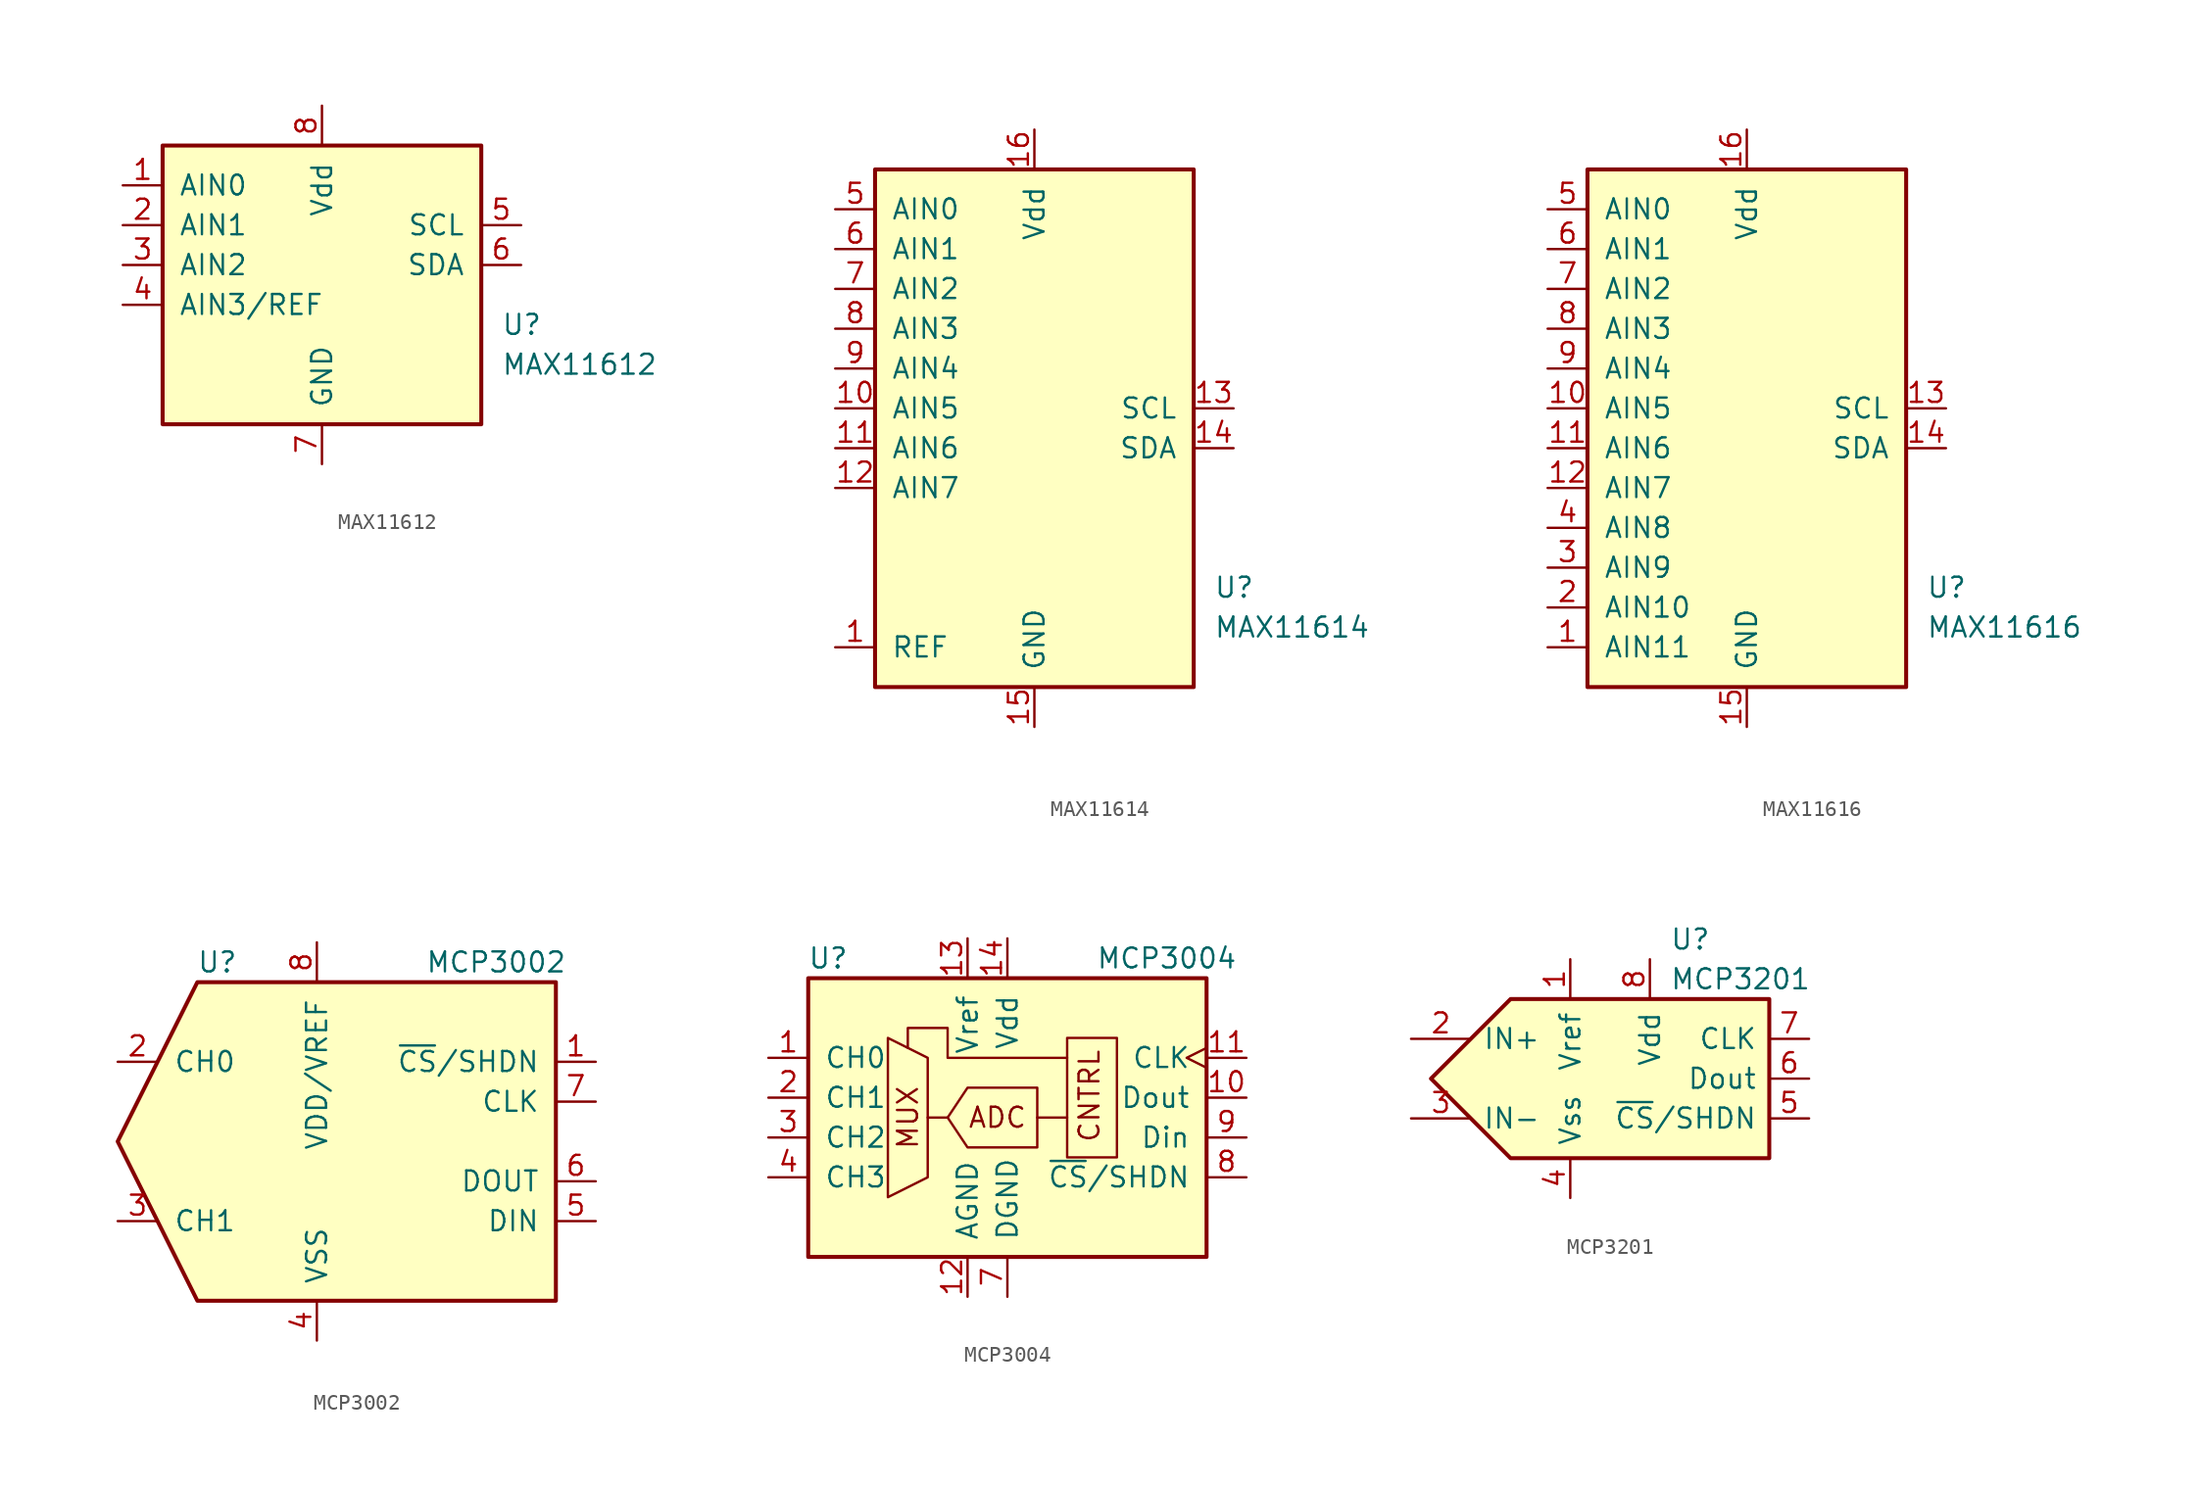
<source format=kicad_sym>
(kicad_symbol_lib
  (version 20201005)
  (generator kicad_symbol_editor)
  (symbol "Analog_ADC:MAX11612"
    (pin_names
      (offset 1.016))
    (property "Reference" "U"
      (at 11.43 -3.81 0)
      (effects (font (size 1.27 1.27)) (justify left)))
    (property "Value" "MAX11612"
      (at 11.43 -6.35 0)
      (effects (font (size 1.27 1.27)) (justify left)))
    (symbol "MAX11612_0_1"
      (rectangle (start -10.16 7.62) (end 10.16 -10.16) (stroke (width 0.254)) (fill (type background))))
    (symbol "MAX11612_1_1"
      (pin input line (at -12.7 5.08 0) (length 2.54) (name "AIN0" (effects (font (size 1.27 1.27)))) (number "1" (effects (font (size 1.27 1.27)))))
      (pin input line (at -12.7 2.54 0) (length 2.54) (name "AIN1" (effects (font (size 1.27 1.27)))) (number "2" (effects (font (size 1.27 1.27)))))
      (pin input line (at -12.7 0 0) (length 2.54) (name "AIN2" (effects (font (size 1.27 1.27)))) (number "3" (effects (font (size 1.27 1.27)))))
      (pin input line (at -12.7 -2.54 0) (length 2.54) (name "AIN3/REF" (effects (font (size 1.27 1.27)))) (number "4" (effects (font (size 1.27 1.27)))))
      (pin input line (at 12.7 2.54 180) (length 2.54) (name "SCL" (effects (font (size 1.27 1.27)))) (number "5" (effects (font (size 1.27 1.27)))))
      (pin bidirectional line (at 12.7 0 180) (length 2.54) (name "SDA" (effects (font (size 1.27 1.27)))) (number "6" (effects (font (size 1.27 1.27)))))
      (pin power_in line (at 0 -12.7 90) (length 2.54) (name "GND" (effects (font (size 1.27 1.27)))) (number "7" (effects (font (size 1.27 1.27)))))
      (pin power_in line (at 0 10.16 270) (length 2.54) (name "Vdd" (effects (font (size 1.27 1.27)))) (number "8" (effects (font (size 1.27 1.27)))))))
  (symbol "Analog_ADC:MAX11614"
    (pin_names
      (offset 1.016))
    (property "Reference" "U"
      (at 11.43 -11.43 0)
      (effects (font (size 1.27 1.27)) (justify left)))
    (property "Value" "MAX11614"
      (at 11.43 -13.97 0)
      (effects (font (size 1.27 1.27)) (justify left)))
    (symbol "MAX11614_0_1"
      (rectangle (start -10.16 15.24) (end 10.16 -17.78) (stroke (width 0.254)) (fill (type background))))
    (symbol "MAX11614_1_1"
      (pin input line (at -12.7 -15.24 0) (length 2.54) (name "REF" (effects (font (size 1.27 1.27)))) (number "1" (effects (font (size 1.27 1.27)))))
      (pin input line (at -12.7 0 0) (length 2.54) (name "AIN5" (effects (font (size 1.27 1.27)))) (number "10" (effects (font (size 1.27 1.27)))))
      (pin input line (at -12.7 -2.54 0) (length 2.54) (name "AIN6" (effects (font (size 1.27 1.27)))) (number "11" (effects (font (size 1.27 1.27)))))
      (pin input line (at -12.7 -5.08 0) (length 2.54) (name "AIN7" (effects (font (size 1.27 1.27)))) (number "12" (effects (font (size 1.27 1.27)))))
      (pin input line (at 12.7 0 180) (length 2.54) (name "SCL" (effects (font (size 1.27 1.27)))) (number "13" (effects (font (size 1.27 1.27)))))
      (pin bidirectional line (at 12.7 -2.54 180) (length 2.54) (name "SDA" (effects (font (size 1.27 1.27)))) (number "14" (effects (font (size 1.27 1.27)))))
      (pin power_in line (at 0 -20.32 90) (length 2.54) (name "GND" (effects (font (size 1.27 1.27)))) (number "15" (effects (font (size 1.27 1.27)))))
      (pin power_in line (at 0 17.78 270) (length 2.54) (name "Vdd" (effects (font (size 1.27 1.27)))) (number "16" (effects (font (size 1.27 1.27)))))
      (pin no_connect line (at -12.7 -12.7 0) (length 2.54) hide (name "NC" (effects (font (size 1.27 1.27)))) (number "2" (effects (font (size 1.27 1.27)))))
      (pin no_connect line (at -12.7 -10.16 0) (length 2.54) hide (name "NC" (effects (font (size 1.27 1.27)))) (number "3" (effects (font (size 1.27 1.27)))))
      (pin no_connect line (at -12.7 -7.62 0) (length 2.54) hide (name "NC" (effects (font (size 1.27 1.27)))) (number "4" (effects (font (size 1.27 1.27)))))
      (pin input line (at -12.7 12.7 0) (length 2.54) (name "AIN0" (effects (font (size 1.27 1.27)))) (number "5" (effects (font (size 1.27 1.27)))))
      (pin input line (at -12.7 10.16 0) (length 2.54) (name "AIN1" (effects (font (size 1.27 1.27)))) (number "6" (effects (font (size 1.27 1.27)))))
      (pin input line (at -12.7 7.62 0) (length 2.54) (name "AIN2" (effects (font (size 1.27 1.27)))) (number "7" (effects (font (size 1.27 1.27)))))
      (pin input line (at -12.7 5.08 0) (length 2.54) (name "AIN3" (effects (font (size 1.27 1.27)))) (number "8" (effects (font (size 1.27 1.27)))))
      (pin input line (at -12.7 2.54 0) (length 2.54) (name "AIN4" (effects (font (size 1.27 1.27)))) (number "9" (effects (font (size 1.27 1.27)))))))
  (symbol "Analog_ADC:MAX11616"
    (pin_names
      (offset 1.016))
    (property "Reference" "U"
      (at 11.43 -11.43 0)
      (effects (font (size 1.27 1.27)) (justify left)))
    (property "Value" "MAX11616"
      (at 11.43 -13.97 0)
      (effects (font (size 1.27 1.27)) (justify left)))
    (symbol "MAX11616_0_1"
      (rectangle (start -10.16 15.24) (end 10.16 -17.78) (stroke (width 0.254)) (fill (type background))))
    (symbol "MAX11616_1_1"
      (pin input line (at -12.7 -15.24 0) (length 2.54) (name "AIN11" (effects (font (size 1.27 1.27)))) (number "1" (effects (font (size 1.27 1.27)))))
      (pin input line (at -12.7 0 0) (length 2.54) (name "AIN5" (effects (font (size 1.27 1.27)))) (number "10" (effects (font (size 1.27 1.27)))))
      (pin input line (at -12.7 -2.54 0) (length 2.54) (name "AIN6" (effects (font (size 1.27 1.27)))) (number "11" (effects (font (size 1.27 1.27)))))
      (pin input line (at -12.7 -5.08 0) (length 2.54) (name "AIN7" (effects (font (size 1.27 1.27)))) (number "12" (effects (font (size 1.27 1.27)))))
      (pin input line (at 12.7 0 180) (length 2.54) (name "SCL" (effects (font (size 1.27 1.27)))) (number "13" (effects (font (size 1.27 1.27)))))
      (pin bidirectional line (at 12.7 -2.54 180) (length 2.54) (name "SDA" (effects (font (size 1.27 1.27)))) (number "14" (effects (font (size 1.27 1.27)))))
      (pin power_in line (at 0 -20.32 90) (length 2.54) (name "GND" (effects (font (size 1.27 1.27)))) (number "15" (effects (font (size 1.27 1.27)))))
      (pin power_in line (at 0 17.78 270) (length 2.54) (name "Vdd" (effects (font (size 1.27 1.27)))) (number "16" (effects (font (size 1.27 1.27)))))
      (pin input line (at -12.7 -12.7 0) (length 2.54) (name "AIN10" (effects (font (size 1.27 1.27)))) (number "2" (effects (font (size 1.27 1.27)))))
      (pin input line (at -12.7 -10.16 0) (length 2.54) (name "AIN9" (effects (font (size 1.27 1.27)))) (number "3" (effects (font (size 1.27 1.27)))))
      (pin input line (at -12.7 -7.62 0) (length 2.54) (name "AIN8" (effects (font (size 1.27 1.27)))) (number "4" (effects (font (size 1.27 1.27)))))
      (pin input line (at -12.7 12.7 0) (length 2.54) (name "AIN0" (effects (font (size 1.27 1.27)))) (number "5" (effects (font (size 1.27 1.27)))))
      (pin input line (at -12.7 10.16 0) (length 2.54) (name "AIN1" (effects (font (size 1.27 1.27)))) (number "6" (effects (font (size 1.27 1.27)))))
      (pin input line (at -12.7 7.62 0) (length 2.54) (name "AIN2" (effects (font (size 1.27 1.27)))) (number "7" (effects (font (size 1.27 1.27)))))
      (pin input line (at -12.7 5.08 0) (length 2.54) (name "AIN3" (effects (font (size 1.27 1.27)))) (number "8" (effects (font (size 1.27 1.27)))))
      (pin input line (at -12.7 2.54 0) (length 2.54) (name "AIN4" (effects (font (size 1.27 1.27)))) (number "9" (effects (font (size 1.27 1.27)))))))
  (symbol "Analog_ADC:MCP3002"
    (pin_names
      (offset 1.016))
    (property "Reference" "U"
      (at -6.35 11.43 0)
      (effects (font (size 1.27 1.27))))
    (property "Value" "MCP3002"
      (at 11.43 11.43 0)
      (effects (font (size 1.27 1.27))))
    (symbol "MCP3002_0_1"
      (polyline (pts (xy 15.24 10.16) (xy -7.62 10.16) (xy -12.7 0) (xy -7.62 -10.16) (xy 15.24 -10.16) (xy 15.24 10.16)) (stroke (width 0.254)) (fill (type background))))
    (symbol "MCP3002_1_1"
      (pin input line (at 17.78 5.08 180) (length 2.54) (name "~CS~/SHDN" (effects (font (size 1.27 1.27)))) (number "1" (effects (font (size 1.27 1.27)))))
      (pin passive line (at -12.7 5.08 0) (length 2.54) (name "CH0" (effects (font (size 1.27 1.27)))) (number "2" (effects (font (size 1.27 1.27)))))
      (pin passive line (at -12.7 -5.08 0) (length 2.54) (name "CH1" (effects (font (size 1.27 1.27)))) (number "3" (effects (font (size 1.27 1.27)))))
      (pin power_in line (at 0 -12.7 90) (length 2.54) (name "VSS" (effects (font (size 1.27 1.27)))) (number "4" (effects (font (size 1.27 1.27)))))
      (pin input line (at 17.78 -5.08 180) (length 2.54) (name "DIN" (effects (font (size 1.27 1.27)))) (number "5" (effects (font (size 1.27 1.27)))))
      (pin output line (at 17.78 -2.54 180) (length 2.54) (name "DOUT" (effects (font (size 1.27 1.27)))) (number "6" (effects (font (size 1.27 1.27)))))
      (pin input line (at 17.78 2.54 180) (length 2.54) (name "CLK" (effects (font (size 1.27 1.27)))) (number "7" (effects (font (size 1.27 1.27)))))
      (pin power_in line (at 0 12.7 270) (length 2.54) (name "VDD/VREF" (effects (font (size 1.27 1.27)))) (number "8" (effects (font (size 1.27 1.27)))))))
  (symbol "Analog_ADC:MCP3004"
    (pin_names
      (offset 1.016))
    (property "Reference" "U"
      (at -11.43 8.89 0)
      (effects (font (size 1.27 1.27))))
    (property "Value" "MCP3004"
      (at 10.16 8.89 0)
      (effects (font (size 1.27 1.27))))
    (symbol "MCP3004_0_0"
      (text "ADC" (at -0.635 -1.27 0) (effects (font (size 1.27 1.27))))
      (text "CNTRL" (at 5.969 -2.921 900) (effects (font (size 1.27 1.27)) (justify left bottom)))
      (text "MUX" (at -6.35 -1.27 900) (effects (font (size 1.27 1.27)))))
    (symbol "MCP3004_0_1"
      (rectangle (start 3.81 -3.81) (end 6.985 3.81) (stroke (width 0)) (fill (type none)))
      (rectangle (start 12.7 7.62) (end -12.7 -10.16) (stroke (width 0.254)) (fill (type background)))
      (polyline (pts (xy -5.08 -1.27) (xy -3.81 -1.27)) (stroke (width 0)) (fill (type none)))
      (polyline (pts (xy 1.905 -1.27) (xy 3.81 -1.27)) (stroke (width 0)) (fill (type none)))
      (polyline (pts (xy -7.62 3.81) (xy -7.62 -6.35) (xy -5.08 -5.08) (xy -5.08 2.54) (xy -7.62 3.81)) (stroke (width 0)) (fill (type none)))
      (polyline (pts (xy 3.81 2.54) (xy -3.81 2.54) (xy -3.81 4.445) (xy -6.35 4.445) (xy -6.35 3.175)) (stroke (width 0)) (fill (type none)))
      (polyline (pts (xy -3.81 -1.27) (xy -2.54 0.635) (xy 1.905 0.635) (xy 1.905 -3.175) (xy -2.54 -3.175) (xy -3.81 -1.27)) (stroke (width 0)) (fill (type none))))
    (symbol "MCP3004_1_1"
      (pin input line (at -15.24 2.54 0) (length 2.54) (name "CH0" (effects (font (size 1.27 1.27)))) (number "1" (effects (font (size 1.27 1.27)))))
      (pin output line (at 15.24 0 180) (length 2.54) (name "Dout" (effects (font (size 1.27 1.27)))) (number "10" (effects (font (size 1.27 1.27)))))
      (pin input clock (at 15.24 2.54 180) (length 2.54) (name "CLK" (effects (font (size 1.27 1.27)))) (number "11" (effects (font (size 1.27 1.27)))))
      (pin power_in line (at -2.54 -12.7 90) (length 2.54) (name "AGND" (effects (font (size 1.27 1.27)))) (number "12" (effects (font (size 1.27 1.27)))))
      (pin power_in line (at -2.54 10.16 270) (length 2.54) (name "Vref" (effects (font (size 1.27 1.27)))) (number "13" (effects (font (size 1.27 1.27)))))
      (pin power_in line (at 0 10.16 270) (length 2.54) (name "Vdd" (effects (font (size 1.27 1.27)))) (number "14" (effects (font (size 1.27 1.27)))))
      (pin input line (at -15.24 0 0) (length 2.54) (name "CH1" (effects (font (size 1.27 1.27)))) (number "2" (effects (font (size 1.27 1.27)))))
      (pin input line (at -15.24 -2.54 0) (length 2.54) (name "CH2" (effects (font (size 1.27 1.27)))) (number "3" (effects (font (size 1.27 1.27)))))
      (pin input line (at -15.24 -5.08 0) (length 2.54) (name "CH3" (effects (font (size 1.27 1.27)))) (number "4" (effects (font (size 1.27 1.27)))))
      (pin no_connect line (at -15.24 5.08 0) (length 2.54) hide (name "NC" (effects (font (size 1.27 1.27)))) (number "5" (effects (font (size 1.27 1.27)))))
      (pin no_connect line (at -15.24 -7.62 0) (length 2.54) hide (name "NC" (effects (font (size 1.27 1.27)))) (number "6" (effects (font (size 1.27 1.27)))))
      (pin power_in line (at 0 -12.7 90) (length 2.54) (name "DGND" (effects (font (size 1.27 1.27)))) (number "7" (effects (font (size 1.27 1.27)))))
      (pin input line (at 15.24 -5.08 180) (length 2.54) (name "~CS~/SHDN" (effects (font (size 1.27 1.27)))) (number "8" (effects (font (size 1.27 1.27)))))
      (pin input line (at 15.24 -2.54 180) (length 2.54) (name "Din" (effects (font (size 1.27 1.27)))) (number "9" (effects (font (size 1.27 1.27)))))))
  (symbol "Analog_ADC:MCP3201"
    (pin_names
      (offset 0.762))
    (property "Reference" "U"
      (at 3.81 8.89 0)
      (effects (font (size 1.27 1.27)) (justify left)))
    (property "Value" "MCP3201"
      (at 3.81 6.35 0)
      (effects (font (size 1.27 1.27)) (justify left)))
    (symbol "MCP3201_0_0"
      (polyline (pts (xy -11.43 0) (xy -6.35 5.08) (xy 10.16 5.08) (xy 10.16 -5.08) (xy -6.35 -5.08) (xy -11.43 0)) (stroke (width 0.254)) (fill (type background))))
    (symbol "MCP3201_1_1"
      (pin power_in line (at -2.54 7.62 270) (length 2.54) (name "Vref" (effects (font (size 1.27 1.27)))) (number "1" (effects (font (size 1.27 1.27)))))
      (pin input line (at -12.7 2.54 0) (length 3.81) (name "IN+" (effects (font (size 1.27 1.27)))) (number "2" (effects (font (size 1.27 1.27)))))
      (pin input line (at -12.7 -2.54 0) (length 3.81) (name "IN-" (effects (font (size 1.27 1.27)))) (number "3" (effects (font (size 1.27 1.27)))))
      (pin power_in line (at -2.54 -7.62 90) (length 2.54) (name "Vss" (effects (font (size 1.27 1.27)))) (number "4" (effects (font (size 1.27 1.27)))))
      (pin input line (at 12.7 -2.54 180) (length 2.54) (name "~CS~/SHDN" (effects (font (size 1.27 1.27)))) (number "5" (effects (font (size 1.27 1.27)))))
      (pin output line (at 12.7 0 180) (length 2.54) (name "Dout" (effects (font (size 1.27 1.27)))) (number "6" (effects (font (size 1.27 1.27)))))
      (pin input line (at 12.7 2.54 180) (length 2.54) (name "CLK" (effects (font (size 1.27 1.27)))) (number "7" (effects (font (size 1.27 1.27)))))
      (pin power_in line (at 2.54 7.62 270) (length 2.54) (name "Vdd" (effects (font (size 1.27 1.27)))) (number "8" (effects (font (size 1.27 1.27))))))))
</source>
